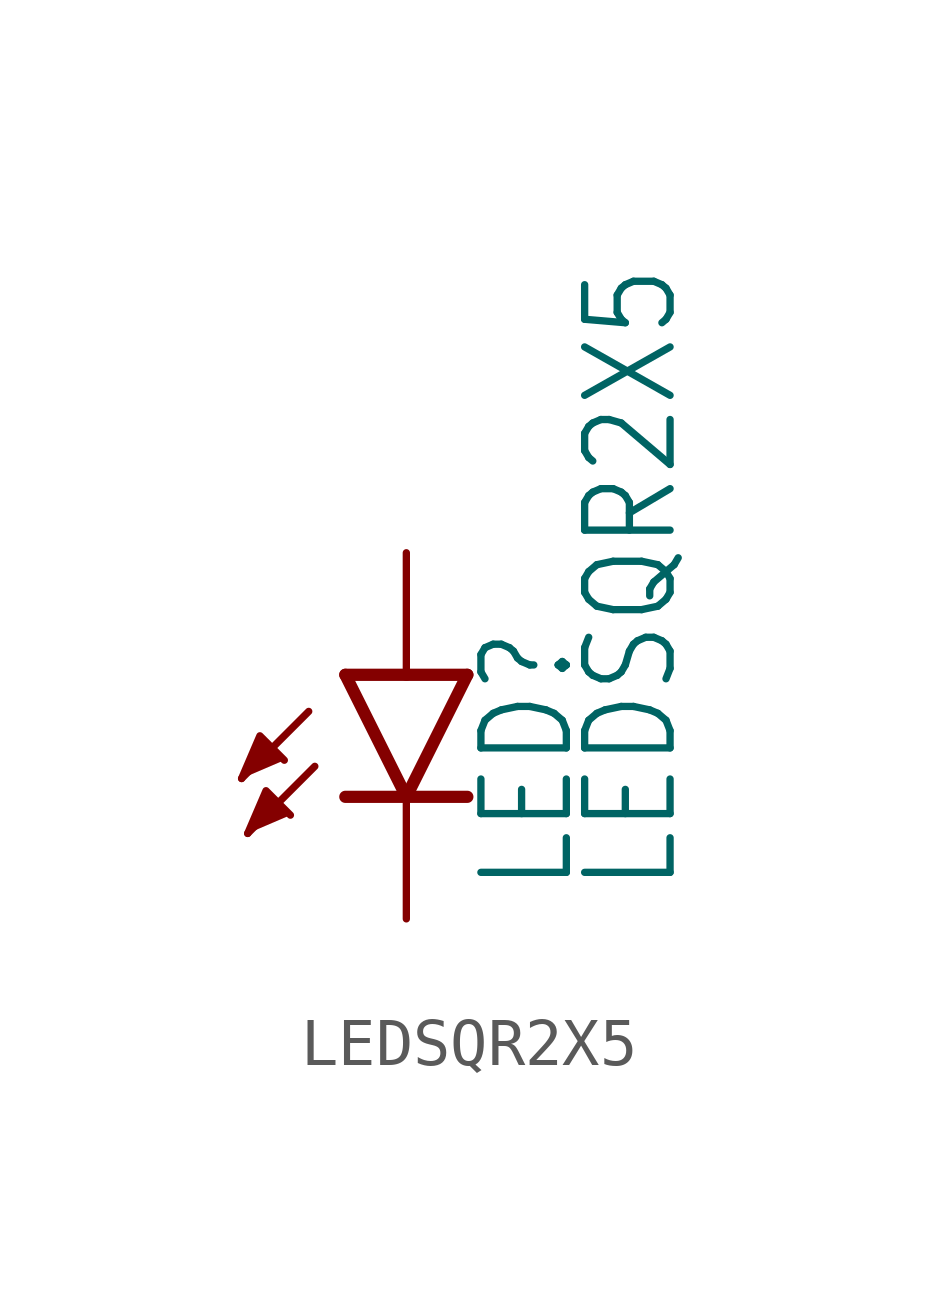
<source format=kicad_sym>
(kicad_symbol_lib
  (version 20210619)
  (generator kicad_symbol_editor)
  (symbol "LEDSQR2X5"
    (property "Reference" "LED"
      (at 3.556 -4.572 90)
      (effects (font (size 1.778 1.511)) (justify left bottom)))
    (property "Value" "LEDSQR2X5"
      (at 5.715 -4.572 90)
      (effects (font (size 1.778 1.511)) (justify left bottom)))
    (property "ki_locked" ""
      (at 0 0 0)
      (effects (font (size 1.27 1.27))))
    (symbol "LEDSQR2X5_1_0"
      (polyline (pts (xy -2.032 -0.762) (xy -3.429 -2.159)) (stroke (width 0.152)) (fill (type none)))
      (polyline (pts (xy -1.905 -1.905) (xy -3.302 -3.302)) (stroke (width 0.152)) (fill (type none)))
      (polyline (pts (xy 0 -2.54) (xy -1.27 -2.54)) (stroke (width 0.254)) (fill (type none)))
      (polyline (pts (xy 0 -2.54) (xy -1.27 0)) (stroke (width 0.254)) (fill (type none)))
      (polyline (pts (xy 0 0) (xy -1.27 0)) (stroke (width 0.254)) (fill (type none)))
      (polyline (pts (xy 1.27 -2.54) (xy 0 -2.54)) (stroke (width 0.254)) (fill (type none)))
      (polyline (pts (xy 1.27 0) (xy 0 -2.54)) (stroke (width 0.254)) (fill (type none)))
      (polyline (pts (xy 1.27 0) (xy 0 0)) (stroke (width 0.254)) (fill (type none)))
      (polyline (pts (xy -3.429 -2.159) (xy -3.048 -1.27) (xy -2.54 -1.778)) (stroke (width 0)) (fill (type outline)))
      (polyline (pts (xy -3.302 -3.302) (xy -2.921 -2.413) (xy -2.413 -2.921)) (stroke (width 0)) (fill (type outline)))
      (pin passive line (at 0 2.54 270) (length 2.54) (name "A" (effects (font (size 0 0)))) (number "A" (effects (font (size 0 0)))))
      (pin passive line (at 0 -5.08 90) (length 2.54) (name "C" (effects (font (size 0 0)))) (number "K" (effects (font (size 0 0))))))))
</source>
